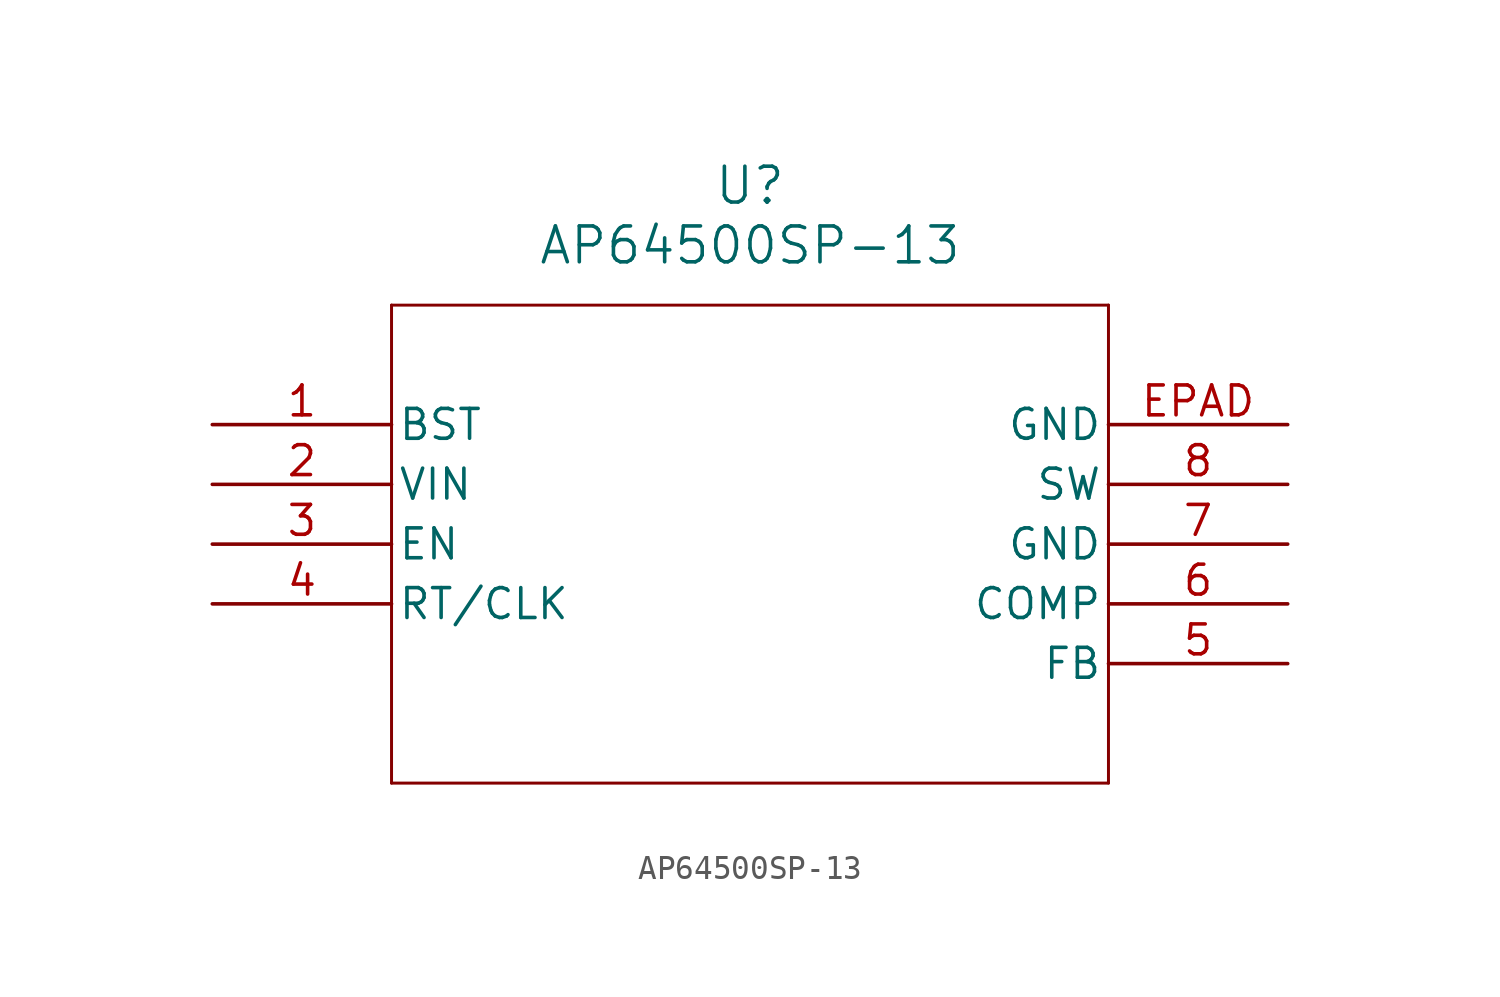
<source format=kicad_sym>
(kicad_symbol_lib
  (version 20211014)
  (generator kicad_symbol_editor)
  (symbol "AP64500SP-13"
    (pin_names
      (offset 0.254))
    (property "Reference" "U"
      (at 22.86 10.16 0)
      (effects (font (size 1.524 1.524))))
    (property "Value" "AP64500SP-13"
      (at 22.86 7.62 0)
      (effects (font (size 1.524 1.524))))
    (symbol "AP64500SP-13_0_1"
      (polyline (pts (xy 7.62 5.08) (xy 7.62 -15.24)) (stroke (width 0.127) (type default) (color 0 0 0 0)) (fill (type none)))
      (polyline (pts (xy 7.62 -15.24) (xy 38.1 -15.24)) (stroke (width 0.127) (type default) (color 0 0 0 0)) (fill (type none)))
      (polyline (pts (xy 38.1 -15.24) (xy 38.1 5.08)) (stroke (width 0.127) (type default) (color 0 0 0 0)) (fill (type none)))
      (polyline (pts (xy 38.1 5.08) (xy 7.62 5.08)) (stroke (width 0.127) (type default) (color 0 0 0 0)) (fill (type none)))
      (pin power_in line (at 0 0 0) (length 7.62) (name "BST" (effects (font (size 1.27 1.27)))) (number "1" (effects (font (size 1.27 1.27)))))
      (pin power_in line (at 0 -2.54 0) (length 7.62) (name "VIN" (effects (font (size 1.27 1.27)))) (number "2" (effects (font (size 1.27 1.27)))))
      (pin input line (at 0 -5.08 0) (length 7.62) (name "EN" (effects (font (size 1.27 1.27)))) (number "3" (effects (font (size 1.27 1.27)))))
      (pin unspecified line (at 0 -7.62 0) (length 7.62) (name "RT/CLK" (effects (font (size 1.27 1.27)))) (number "4" (effects (font (size 1.27 1.27)))))
      (pin unspecified line (at 45.72 -10.16 180) (length 7.62) (name "FB" (effects (font (size 1.27 1.27)))) (number "5" (effects (font (size 1.27 1.27)))))
      (pin unspecified line (at 45.72 -7.62 180) (length 7.62) (name "COMP" (effects (font (size 1.27 1.27)))) (number "6" (effects (font (size 1.27 1.27)))))
      (pin power_out line (at 45.72 -5.08 180) (length 7.62) (name "GND" (effects (font (size 1.27 1.27)))) (number "7" (effects (font (size 1.27 1.27)))))
      (pin output line (at 45.72 -2.54 180) (length 7.62) (name "SW" (effects (font (size 1.27 1.27)))) (number "8" (effects (font (size 1.27 1.27)))))
      (pin power_out line (at 45.72 0 180) (length 7.62) (name "GND" (effects (font (size 1.27 1.27)))) (number "EPAD" (effects (font (size 1.27 1.27))))))))
</source>
